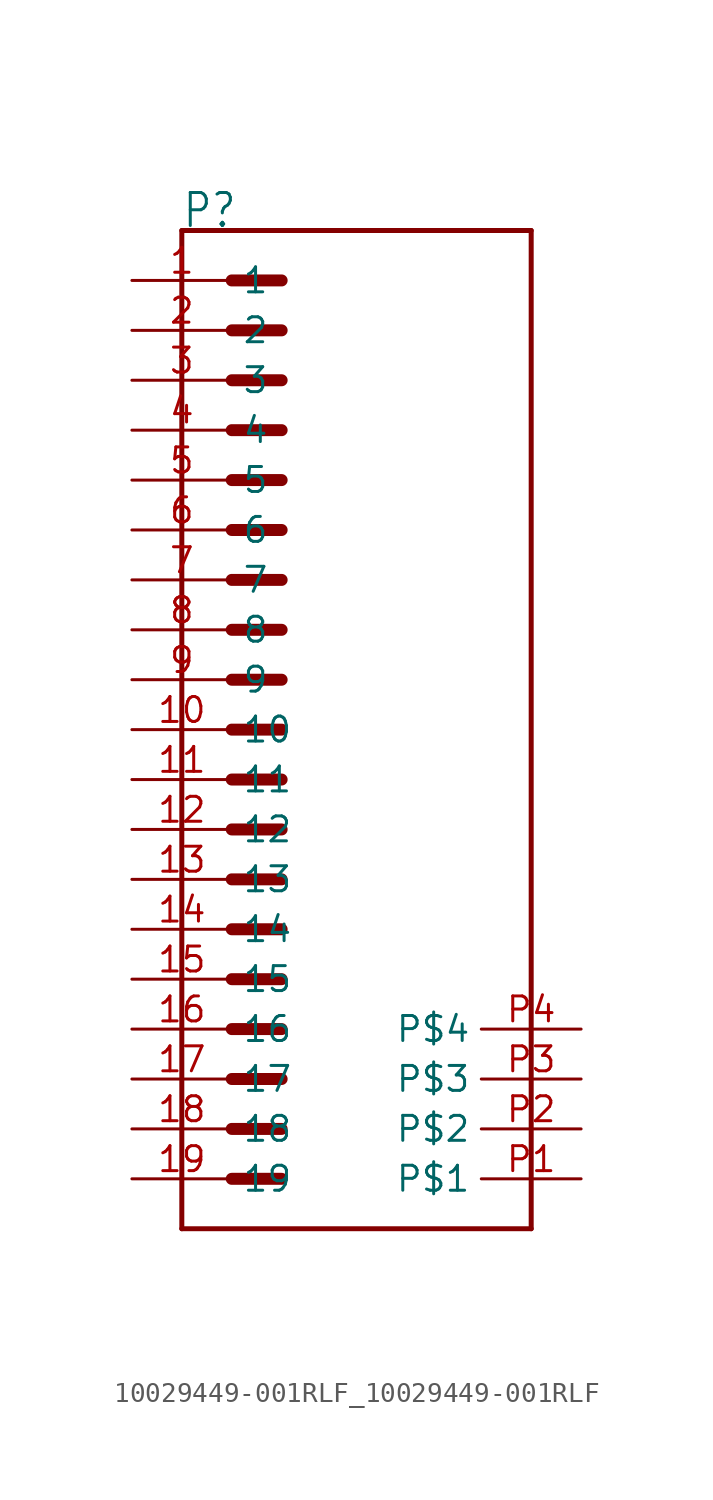
<source format=kicad_sym>
(kicad_symbol_lib
  (version 20231120)
  (generator "kicad_symbol_editor")
  (generator_version "8.0")
  (symbol "10029449-001RLF_10029449-001RLF"
    (property "Reference" "P"
      (at -5.089 25.444 0)
      (effects (font (size 1.679 1.427)) (justify left bottom)))
    (property "Value" ""
      (at -5.09 -27.232 0)
      (effects (font (size 1.68 1.428)) (justify left bottom)))
    (property "ki_locked" ""
      (at 0 0 0)
      (effects (font (size 1.27 1.27))))
    (symbol "10029449-001RLF_10029449-001RLF_1_0"
      (polyline (pts (xy -5.08 -25.4) (xy 12.7 -25.4)) (stroke (width 0.254) (type solid)) (fill (type none)))
      (polyline (pts (xy -5.08 25.4) (xy -5.08 -25.4)) (stroke (width 0.254) (type solid)) (fill (type none)))
      (polyline (pts (xy -2.54 -22.86) (xy 0 -22.86)) (stroke (width 0.61) (type solid)) (fill (type none)))
      (polyline (pts (xy -2.54 -20.32) (xy 0 -20.32)) (stroke (width 0.61) (type solid)) (fill (type none)))
      (polyline (pts (xy -2.54 -17.78) (xy 0 -17.78)) (stroke (width 0.61) (type solid)) (fill (type none)))
      (polyline (pts (xy -2.54 -15.24) (xy 0 -15.24)) (stroke (width 0.61) (type solid)) (fill (type none)))
      (polyline (pts (xy -2.54 -12.7) (xy 0 -12.7)) (stroke (width 0.61) (type solid)) (fill (type none)))
      (polyline (pts (xy -2.54 -10.16) (xy 0 -10.16)) (stroke (width 0.61) (type solid)) (fill (type none)))
      (polyline (pts (xy -2.54 -7.62) (xy 0 -7.62)) (stroke (width 0.61) (type solid)) (fill (type none)))
      (polyline (pts (xy -2.54 -5.08) (xy 0 -5.08)) (stroke (width 0.61) (type solid)) (fill (type none)))
      (polyline (pts (xy -2.54 -2.54) (xy 0 -2.54)) (stroke (width 0.61) (type solid)) (fill (type none)))
      (polyline (pts (xy -2.54 0) (xy 0 0)) (stroke (width 0.61) (type solid)) (fill (type none)))
      (polyline (pts (xy -2.54 2.54) (xy 0 2.54)) (stroke (width 0.61) (type solid)) (fill (type none)))
      (polyline (pts (xy -2.54 5.08) (xy 0 5.08)) (stroke (width 0.61) (type solid)) (fill (type none)))
      (polyline (pts (xy -2.54 7.62) (xy 0 7.62)) (stroke (width 0.61) (type solid)) (fill (type none)))
      (polyline (pts (xy -2.54 10.16) (xy 0 10.16)) (stroke (width 0.61) (type solid)) (fill (type none)))
      (polyline (pts (xy -2.54 12.7) (xy 0 12.7)) (stroke (width 0.61) (type solid)) (fill (type none)))
      (polyline (pts (xy -2.54 15.24) (xy 0 15.24)) (stroke (width 0.61) (type solid)) (fill (type none)))
      (polyline (pts (xy -2.54 17.78) (xy 0 17.78)) (stroke (width 0.61) (type solid)) (fill (type none)))
      (polyline (pts (xy -2.54 20.32) (xy 0 20.32)) (stroke (width 0.61) (type solid)) (fill (type none)))
      (polyline (pts (xy -2.54 22.86) (xy 0 22.86)) (stroke (width 0.61) (type solid)) (fill (type none)))
      (polyline (pts (xy 12.7 -25.4) (xy 12.7 25.4)) (stroke (width 0.254) (type solid)) (fill (type none)))
      (polyline (pts (xy 12.7 25.4) (xy -5.08 25.4)) (stroke (width 0.254) (type solid)) (fill (type none)))
      (pin passive line (at -7.62 22.86 0) (length 5.08) (name "1" (effects (font (size 1.27 1.27)))) (number "1" (effects (font (size 1.27 1.27)))))
      (pin passive line (at -7.62 0 0) (length 5.08) (name "10" (effects (font (size 1.27 1.27)))) (number "10" (effects (font (size 1.27 1.27)))))
      (pin passive line (at -7.62 -2.54 0) (length 5.08) (name "11" (effects (font (size 1.27 1.27)))) (number "11" (effects (font (size 1.27 1.27)))))
      (pin passive line (at -7.62 -5.08 0) (length 5.08) (name "12" (effects (font (size 1.27 1.27)))) (number "12" (effects (font (size 1.27 1.27)))))
      (pin passive line (at -7.62 -7.62 0) (length 5.08) (name "13" (effects (font (size 1.27 1.27)))) (number "13" (effects (font (size 1.27 1.27)))))
      (pin passive line (at -7.62 -10.16 0) (length 5.08) (name "14" (effects (font (size 1.27 1.27)))) (number "14" (effects (font (size 1.27 1.27)))))
      (pin passive line (at -7.62 -12.7 0) (length 5.08) (name "15" (effects (font (size 1.27 1.27)))) (number "15" (effects (font (size 1.27 1.27)))))
      (pin passive line (at -7.62 -15.24 0) (length 5.08) (name "16" (effects (font (size 1.27 1.27)))) (number "16" (effects (font (size 1.27 1.27)))))
      (pin passive line (at -7.62 -17.78 0) (length 5.08) (name "17" (effects (font (size 1.27 1.27)))) (number "17" (effects (font (size 1.27 1.27)))))
      (pin passive line (at -7.62 -20.32 0) (length 5.08) (name "18" (effects (font (size 1.27 1.27)))) (number "18" (effects (font (size 1.27 1.27)))))
      (pin passive line (at -7.62 -22.86 0) (length 5.08) (name "19" (effects (font (size 1.27 1.27)))) (number "19" (effects (font (size 1.27 1.27)))))
      (pin passive line (at -7.62 20.32 0) (length 5.08) (name "2" (effects (font (size 1.27 1.27)))) (number "2" (effects (font (size 1.27 1.27)))))
      (pin passive line (at -7.62 17.78 0) (length 5.08) (name "3" (effects (font (size 1.27 1.27)))) (number "3" (effects (font (size 1.27 1.27)))))
      (pin passive line (at -7.62 15.24 0) (length 5.08) (name "4" (effects (font (size 1.27 1.27)))) (number "4" (effects (font (size 1.27 1.27)))))
      (pin passive line (at -7.62 12.7 0) (length 5.08) (name "5" (effects (font (size 1.27 1.27)))) (number "5" (effects (font (size 1.27 1.27)))))
      (pin passive line (at -7.62 10.16 0) (length 5.08) (name "6" (effects (font (size 1.27 1.27)))) (number "6" (effects (font (size 1.27 1.27)))))
      (pin passive line (at -7.62 7.62 0) (length 5.08) (name "7" (effects (font (size 1.27 1.27)))) (number "7" (effects (font (size 1.27 1.27)))))
      (pin passive line (at -7.62 5.08 0) (length 5.08) (name "8" (effects (font (size 1.27 1.27)))) (number "8" (effects (font (size 1.27 1.27)))))
      (pin passive line (at -7.62 2.54 0) (length 5.08) (name "9" (effects (font (size 1.27 1.27)))) (number "9" (effects (font (size 1.27 1.27)))))
      (pin bidirectional line (at 15.24 -22.86 180) (length 5.08) (name "P$1" (effects (font (size 1.27 1.27)))) (number "P1" (effects (font (size 1.27 1.27)))))
      (pin bidirectional line (at 15.24 -20.32 180) (length 5.08) (name "P$2" (effects (font (size 1.27 1.27)))) (number "P2" (effects (font (size 1.27 1.27)))))
      (pin bidirectional line (at 15.24 -17.78 180) (length 5.08) (name "P$3" (effects (font (size 1.27 1.27)))) (number "P3" (effects (font (size 1.27 1.27)))))
      (pin bidirectional line (at 15.24 -15.24 180) (length 5.08) (name "P$4" (effects (font (size 1.27 1.27)))) (number "P4" (effects (font (size 1.27 1.27))))))))
</source>
